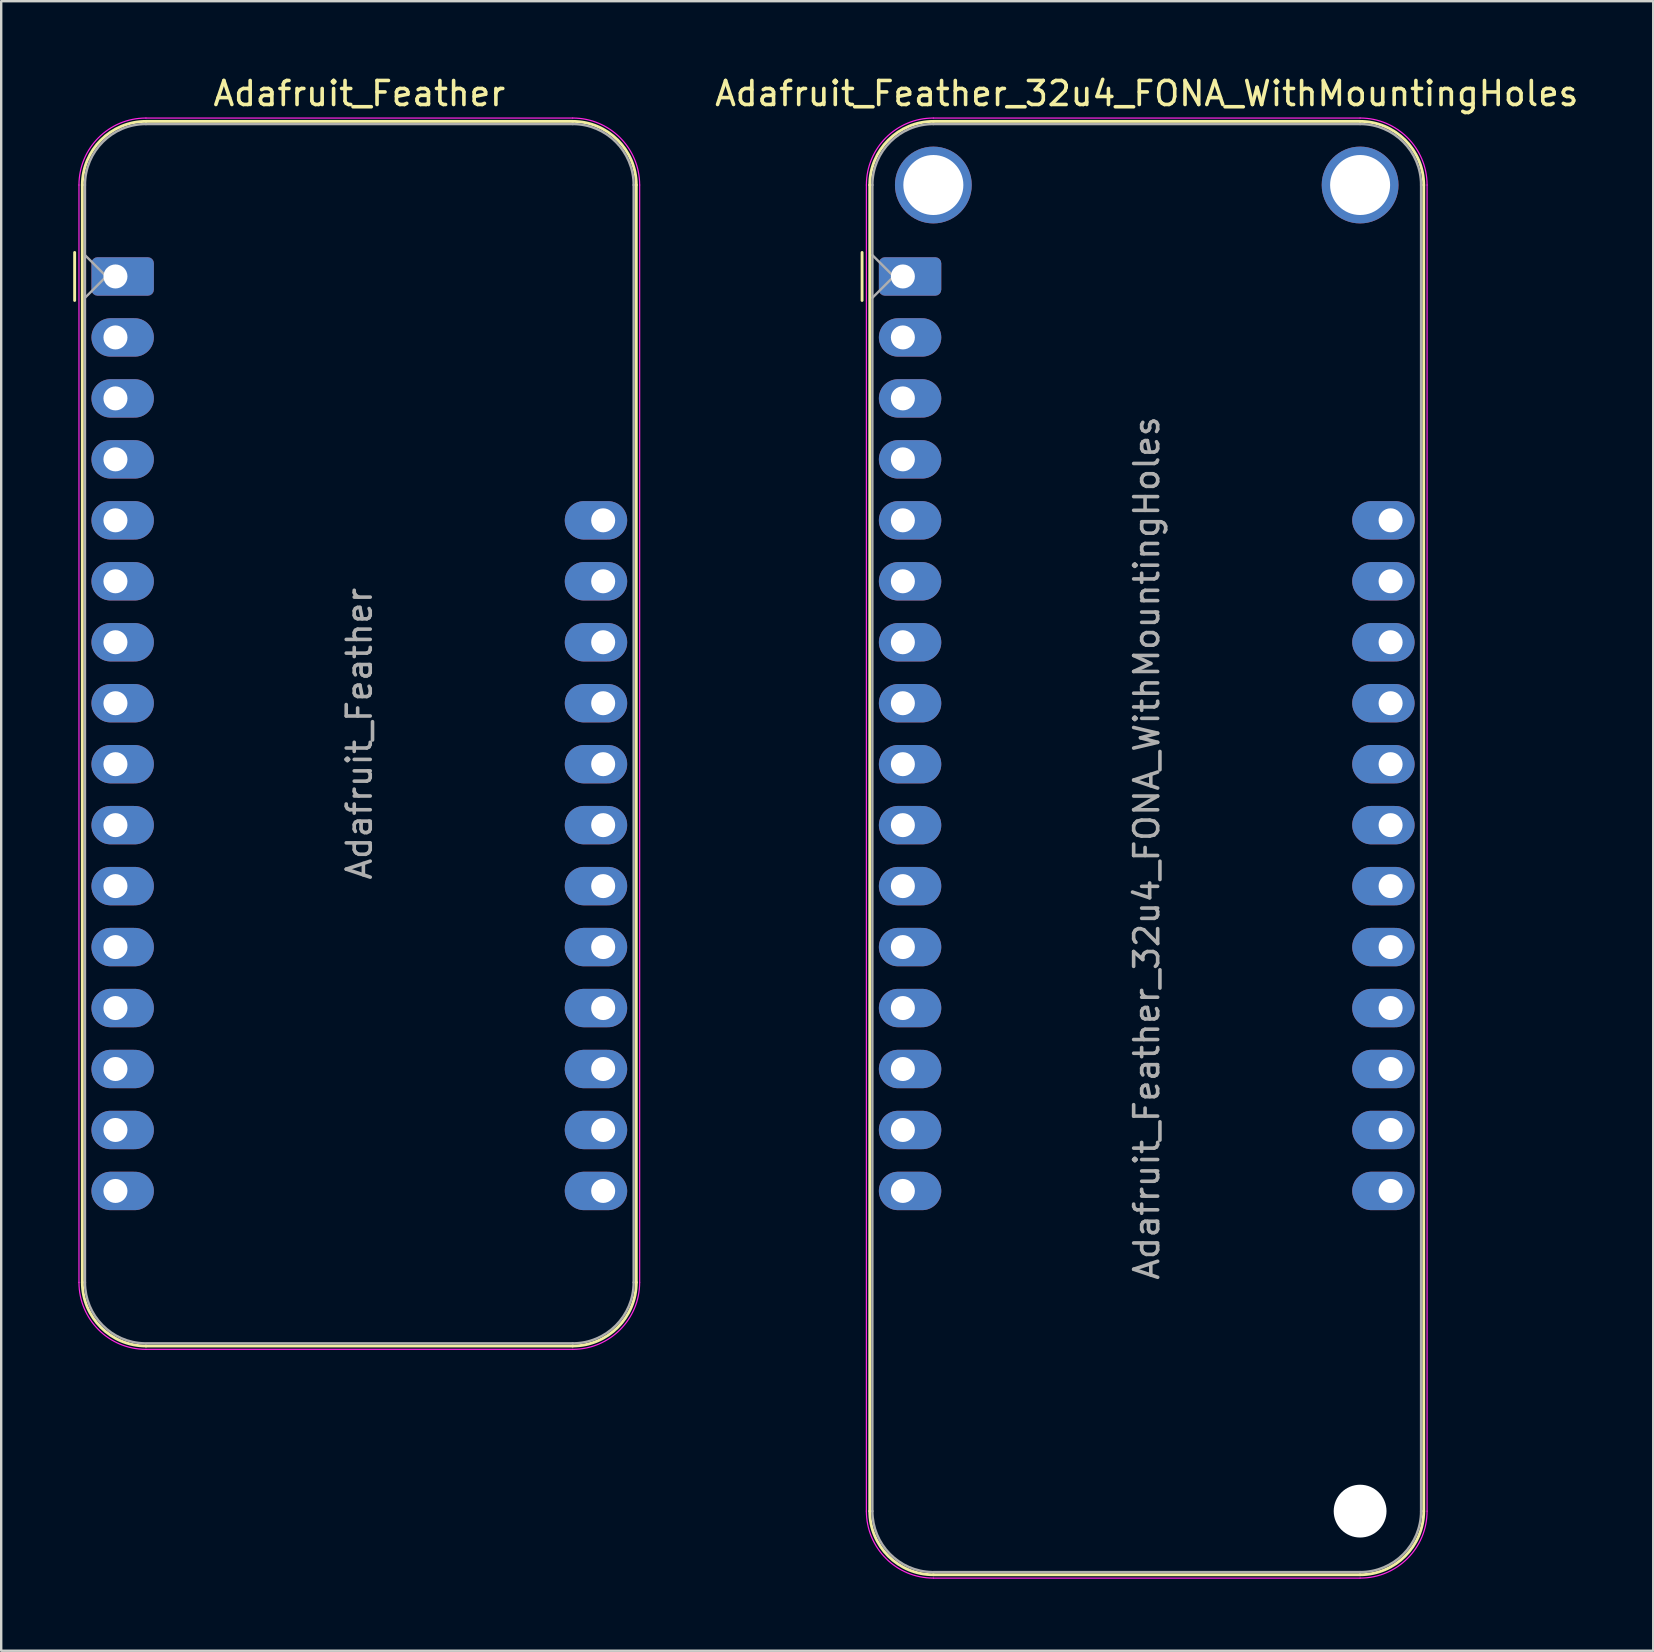
<source format=kicad_pcb>
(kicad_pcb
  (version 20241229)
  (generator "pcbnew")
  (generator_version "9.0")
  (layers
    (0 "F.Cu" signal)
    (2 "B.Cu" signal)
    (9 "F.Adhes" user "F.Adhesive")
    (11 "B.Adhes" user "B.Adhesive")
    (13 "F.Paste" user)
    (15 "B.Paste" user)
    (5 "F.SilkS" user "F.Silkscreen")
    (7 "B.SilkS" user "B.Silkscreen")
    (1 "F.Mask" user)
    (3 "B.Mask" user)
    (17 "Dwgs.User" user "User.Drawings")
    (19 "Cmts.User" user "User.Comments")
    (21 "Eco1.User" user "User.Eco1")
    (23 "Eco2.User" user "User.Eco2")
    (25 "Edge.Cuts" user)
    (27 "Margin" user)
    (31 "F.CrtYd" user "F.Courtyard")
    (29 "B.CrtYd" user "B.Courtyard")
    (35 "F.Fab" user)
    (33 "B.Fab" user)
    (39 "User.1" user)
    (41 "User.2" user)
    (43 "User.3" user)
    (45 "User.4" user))
  (footprint "Adafruit_Feather_32u4_FONA_WithMountingHoles"
    (layer "F.Cu")
    (at 34.566 8.468)
    (property "Reference" "Adafruit_Feather_32u4_FONA_WithMountingHoles" (at 10.16 -7.62 0) (layer "F.SilkS") (effects (font (size 1 1) (thickness 0.15))))
    (attr through_hole)
    (fp_line (start -1.7 1) (end -1.7 -1) (stroke (width 0.12) (type solid)) (layer "F.SilkS"))
    (fp_line (start -1.38 -3.81) (end -1.38 51.44) (stroke (width 0.12) (type solid)) (layer "F.SilkS"))
    (fp_line (start 19.05 -6.46) (end 1.27 -6.46) (stroke (width 0.12) (type solid)) (layer "F.SilkS"))
    (fp_line (start 19.05 54.09) (end 1.27 54.09) (stroke (width 0.12) (type solid)) (layer "F.SilkS"))
    (fp_line (start 21.7 -3.81) (end 21.7 51.44) (stroke (width 0.12) (type solid)) (layer "F.SilkS"))
    (fp_arc (start -1.38 -3.81) (mid -0.603833 -5.683833) (end 1.27 -6.46) (stroke (width 0.12) (type solid)) (layer "F.SilkS"))
    (fp_arc (start 1.27 54.09) (mid -0.603833 53.313833) (end -1.38 51.44) (stroke (width 0.12) (type solid)) (layer "F.SilkS"))
    (fp_arc (start 19.05 -6.46) (mid 20.923833 -5.683833) (end 21.7 -3.81) (stroke (width 0.12) (type solid)) (layer "F.SilkS"))
    (fp_arc (start 21.7 51.44) (mid 20.923833 53.313833) (end 19.05 54.09) (stroke (width 0.12) (type solid)) (layer "F.SilkS"))
    (fp_line (start -1.52 51.44) (end -1.52 -3.81) (stroke (width 0.05) (type solid)) (layer "F.CrtYd"))
    (fp_line (start 19.05 -6.6) (end 1.27 -6.6) (stroke (width 0.05) (type solid)) (layer "F.CrtYd"))
    (fp_line (start 19.05 54.23) (end 1.27 54.23) (stroke (width 0.05) (type solid)) (layer "F.CrtYd"))
    (fp_line (start 21.84 51.44) (end 21.84 -3.81) (stroke (width 0.05) (type solid)) (layer "F.CrtYd"))
    (fp_arc (start -1.52 -3.81) (mid -0.702828 -5.782828) (end 1.27 -6.6) (stroke (width 0.05) (type solid)) (layer "F.CrtYd"))
    (fp_arc (start 1.27 54.23) (mid -0.702828 53.412828) (end -1.52 51.44) (stroke (width 0.05) (type solid)) (layer "F.CrtYd"))
    (fp_arc (start 19.05 -6.6) (mid 21.022828 -5.782828) (end 21.84 -3.81) (stroke (width 0.05) (type solid)) (layer "F.CrtYd"))
    (fp_arc (start 21.84 51.44) (mid 21.022828 53.412828) (end 19.05 54.23) (stroke (width 0.05) (type solid)) (layer "F.CrtYd"))
    (fp_line (start -1.27 -3.81) (end -1.27 51.44) (stroke (width 0.1) (type solid)) (layer "F.Fab"))
    (fp_line (start -1.27 -0.889) (end -0.381 0) (stroke (width 0.1) (type solid)) (layer "F.Fab"))
    (fp_line (start -0.381 0) (end -1.27 0.889) (stroke (width 0.1) (type solid)) (layer "F.Fab"))
    (fp_line (start 1.27 53.98) (end 19.05 53.98) (stroke (width 0.1) (type solid)) (layer "F.Fab"))
    (fp_line (start 19.05 -6.35) (end 1.27 -6.35) (stroke (width 0.1) (type solid)) (layer "F.Fab"))
    (fp_line (start 21.59 51.44) (end 21.59 -3.81) (stroke (width 0.1) (type solid)) (layer "F.Fab"))
    (fp_arc (start -1.27 -3.81) (mid -0.526051 -5.606051) (end 1.27 -6.35) (stroke (width 0.1) (type solid)) (layer "F.Fab"))
    (fp_arc (start 1.221238 53.979532) (mid -0.543209 53.218728) (end -1.27 51.44) (stroke (width 0.1) (type solid)) (layer "F.Fab"))
    (fp_arc (start 19.05 -6.35) (mid 20.846051 -5.606051) (end 21.59 -3.81) (stroke (width 0.1) (type solid)) (layer "F.Fab"))
    (fp_arc (start 21.59 51.44) (mid 20.846051 53.236051) (end 19.05 53.98) (stroke (width 0.1) (type solid)) (layer "F.Fab"))
    (fp_text user "${REFERENCE}" (at 10.16 23.815 270) (layer "F.Fab") (effects (font (size 1 1) (thickness 0.15))))
    (pad "" np_thru_hole circle (at 1.27 -3.81 270) (size 3.2 3.2) (drill 2.5) (layers "*.Cu" "*.Mask"))
    (pad "" np_thru_hole circle (at 19.05 -3.81 270) (size 3.2 3.2) (drill 2.5) (layers "*.Cu" "*.Mask"))
    (pad "" np_thru_hole circle (at 19.05 51.44 270) (size 2.2 2.2) (drill 2.2) (layers "*.Cu" "*.Mask"))
    (pad "1" thru_hole roundrect (at 0 0) (size 2.6 1.6) (drill 1 (offset 0.3 0)) (layers "*.Cu" "*.Mask") (roundrect_rratio 0.156))
    (pad "2" thru_hole oval (at 0 2.54) (size 2.6 1.6) (drill 1 (offset 0.3 0)) (layers "*.Cu" "*.Mask"))
    (pad "3" thru_hole oval (at 0 5.08) (size 2.6 1.6) (drill 1 (offset 0.3 0)) (layers "*.Cu" "*.Mask"))
    (pad "4" thru_hole oval (at 0 7.62) (size 2.6 1.6) (drill 1 (offset 0.3 0)) (layers "*.Cu" "*.Mask"))
    (pad "5" thru_hole oval (at 0 10.16) (size 2.6 1.6) (drill 1 (offset 0.3 0)) (layers "*.Cu" "*.Mask"))
    (pad "6" thru_hole oval (at 0 12.7) (size 2.6 1.6) (drill 1 (offset 0.3 0)) (layers "*.Cu" "*.Mask"))
    (pad "7" thru_hole oval (at 0 15.24) (size 2.6 1.6) (drill 1 (offset 0.3 0)) (layers "*.Cu" "*.Mask"))
    (pad "8" thru_hole oval (at 0 17.78) (size 2.6 1.6) (drill 1 (offset 0.3 0)) (layers "*.Cu" "*.Mask"))
    (pad "9" thru_hole oval (at 0 20.32) (size 2.6 1.6) (drill 1 (offset 0.3 0)) (layers "*.Cu" "*.Mask"))
    (pad "10" thru_hole oval (at 0 22.86) (size 2.6 1.6) (drill 1 (offset 0.3 0)) (layers "*.Cu" "*.Mask"))
    (pad "11" thru_hole oval (at 0 25.4) (size 2.6 1.6) (drill 1 (offset 0.3 0)) (layers "*.Cu" "*.Mask"))
    (pad "12" thru_hole oval (at 0 27.94) (size 2.6 1.6) (drill 1 (offset 0.3 0)) (layers "*.Cu" "*.Mask"))
    (pad "13" thru_hole oval (at 0 30.48) (size 2.6 1.6) (drill 1 (offset 0.3 0)) (layers "*.Cu" "*.Mask"))
    (pad "14" thru_hole oval (at 0 33.02) (size 2.6 1.6) (drill 1 (offset 0.3 0)) (layers "*.Cu" "*.Mask"))
    (pad "15" thru_hole oval (at 0 35.56) (size 2.6 1.6) (drill 1 (offset 0.3 0)) (layers "*.Cu" "*.Mask"))
    (pad "16" thru_hole oval (at 0 38.1) (size 2.6 1.6) (drill 1 (offset 0.3 0)) (layers "*.Cu" "*.Mask"))
    (pad "17" thru_hole oval (at 20.32 38.1 180) (size 2.6 1.6) (drill 1 (offset 0.3 0)) (layers "*.Cu" "*.Mask"))
    (pad "18" thru_hole oval (at 20.32 35.56 180) (size 2.6 1.6) (drill 1 (offset 0.3 0)) (layers "*.Cu" "*.Mask"))
    (pad "19" thru_hole oval (at 20.32 33.02 180) (size 2.6 1.6) (drill 1 (offset 0.3 0)) (layers "*.Cu" "*.Mask"))
    (pad "20" thru_hole oval (at 20.32 30.48 180) (size 2.6 1.6) (drill 1 (offset 0.3 0)) (layers "*.Cu" "*.Mask"))
    (pad "21" thru_hole oval (at 20.32 27.94 180) (size 2.6 1.6) (drill 1 (offset 0.3 0)) (layers "*.Cu" "*.Mask"))
    (pad "22" thru_hole oval (at 20.32 25.4 180) (size 2.6 1.6) (drill 1 (offset 0.3 0)) (layers "*.Cu" "*.Mask"))
    (pad "23" thru_hole oval (at 20.32 22.86 180) (size 2.6 1.6) (drill 1 (offset 0.3 0)) (layers "*.Cu" "*.Mask"))
    (pad "24" thru_hole oval (at 20.32 20.32 180) (size 2.6 1.6) (drill 1 (offset 0.3 0)) (layers "*.Cu" "*.Mask"))
    (pad "25" thru_hole oval (at 20.32 17.78 180) (size 2.6 1.6) (drill 1 (offset 0.3 0)) (layers "*.Cu" "*.Mask"))
    (pad "26" thru_hole oval (at 20.32 15.24 180) (size 2.6 1.6) (drill 1 (offset 0.3 0)) (layers "*.Cu" "*.Mask"))
    (pad "27" thru_hole oval (at 20.32 12.7 180) (size 2.6 1.6) (drill 1 (offset 0.3 0)) (layers "*.Cu" "*.Mask"))
    (pad "28" thru_hole oval (at 20.32 10.16 180) (size 2.6 1.6) (drill 1 (offset 0.3 0)) (layers "*.Cu" "*.Mask")))
  (footprint "Adafruit_Feather"
    (layer "F.Cu")
    (at 1.76 8.468)
    (property "Reference" "Adafruit_Feather" (at 10.16 -7.62 0) (layer "F.SilkS") (effects (font (size 1 1) (thickness 0.15))))
    (attr through_hole)
    (fp_line (start -1.7 1) (end -1.7 -1) (stroke (width 0.12) (type solid)) (layer "F.SilkS"))
    (fp_line (start -1.38 -3.81) (end -1.38 41.91) (stroke (width 0.12) (type solid)) (layer "F.SilkS"))
    (fp_line (start 19.05 -6.46) (end 1.27 -6.46) (stroke (width 0.12) (type solid)) (layer "F.SilkS"))
    (fp_line (start 19.05 44.56) (end 1.27 44.56) (stroke (width 0.12) (type solid)) (layer "F.SilkS"))
    (fp_line (start 21.7 -3.81) (end 21.7 41.91) (stroke (width 0.12) (type solid)) (layer "F.SilkS"))
    (fp_arc (start -1.38 -3.81) (mid -0.603833 -5.683833) (end 1.27 -6.46) (stroke (width 0.12) (type solid)) (layer "F.SilkS"))
    (fp_arc (start 1.27 44.56) (mid -0.603833 43.783833) (end -1.38 41.91) (stroke (width 0.12) (type solid)) (layer "F.SilkS"))
    (fp_arc (start 19.05 -6.46) (mid 20.923833 -5.683833) (end 21.7 -3.81) (stroke (width 0.12) (type solid)) (layer "F.SilkS"))
    (fp_arc (start 21.7 41.91) (mid 20.923833 43.783833) (end 19.05 44.56) (stroke (width 0.12) (type solid)) (layer "F.SilkS"))
    (fp_line (start -1.52 41.91) (end -1.52 -3.81) (stroke (width 0.05) (type solid)) (layer "F.CrtYd"))
    (fp_line (start 19.05 -6.6) (end 1.27 -6.6) (stroke (width 0.05) (type solid)) (layer "F.CrtYd"))
    (fp_line (start 19.05 44.7) (end 1.27 44.7) (stroke (width 0.05) (type solid)) (layer "F.CrtYd"))
    (fp_line (start 21.84 41.91) (end 21.84 -3.81) (stroke (width 0.05) (type solid)) (layer "F.CrtYd"))
    (fp_arc (start -1.52 -3.81) (mid -0.702828 -5.782828) (end 1.27 -6.6) (stroke (width 0.05) (type solid)) (layer "F.CrtYd"))
    (fp_arc (start 1.27 44.7) (mid -0.702828 43.882828) (end -1.52 41.91) (stroke (width 0.05) (type solid)) (layer "F.CrtYd"))
    (fp_arc (start 19.05 -6.6) (mid 21.022828 -5.782828) (end 21.84 -3.81) (stroke (width 0.05) (type solid)) (layer "F.CrtYd"))
    (fp_arc (start 21.84 41.91) (mid 21.022828 43.882828) (end 19.05 44.7) (stroke (width 0.05) (type solid)) (layer "F.CrtYd"))
    (fp_line (start -1.27 -3.81) (end -1.27 41.91) (stroke (width 0.1) (type solid)) (layer "F.Fab"))
    (fp_line (start -1.27 -0.889) (end -0.381 0) (stroke (width 0.1) (type solid)) (layer "F.Fab"))
    (fp_line (start -0.381 0) (end -1.27 0.889) (stroke (width 0.1) (type solid)) (layer "F.Fab"))
    (fp_line (start 1.27 44.45) (end 19.05 44.45) (stroke (width 0.1) (type solid)) (layer "F.Fab"))
    (fp_line (start 19.05 -6.35) (end 1.27 -6.35) (stroke (width 0.1) (type solid)) (layer "F.Fab"))
    (fp_line (start 21.59 41.91) (end 21.59 -3.81) (stroke (width 0.1) (type solid)) (layer "F.Fab"))
    (fp_arc (start -1.27 -3.81) (mid -0.526051 -5.606051) (end 1.27 -6.35) (stroke (width 0.1) (type solid)) (layer "F.Fab"))
    (fp_arc (start 1.221238 44.449532) (mid -0.543209 43.688728) (end -1.27 41.91) (stroke (width 0.1) (type solid)) (layer "F.Fab"))
    (fp_arc (start 19.05 -6.35) (mid 20.846051 -5.606051) (end 21.59 -3.81) (stroke (width 0.1) (type solid)) (layer "F.Fab"))
    (fp_arc (start 21.59 41.91) (mid 20.846051 43.706051) (end 19.05 44.45) (stroke (width 0.1) (type solid)) (layer "F.Fab"))
    (fp_text user "${REFERENCE}" (at 10.16 19.05 270) (layer "F.Fab") (effects (font (size 1 1) (thickness 0.15))))
    (pad "1" thru_hole roundrect (at 0 0) (size 2.6 1.6) (drill 1 (offset 0.3 0)) (layers "*.Cu" "*.Mask") (roundrect_rratio 0.156))
    (pad "2" thru_hole oval (at 0 2.54) (size 2.6 1.6) (drill 1 (offset 0.3 0)) (layers "*.Cu" "*.Mask"))
    (pad "3" thru_hole oval (at 0 5.08) (size 2.6 1.6) (drill 1 (offset 0.3 0)) (layers "*.Cu" "*.Mask"))
    (pad "4" thru_hole oval (at 0 7.62) (size 2.6 1.6) (drill 1 (offset 0.3 0)) (layers "*.Cu" "*.Mask"))
    (pad "5" thru_hole oval (at 0 10.16) (size 2.6 1.6) (drill 1 (offset 0.3 0)) (layers "*.Cu" "*.Mask"))
    (pad "6" thru_hole oval (at 0 12.7) (size 2.6 1.6) (drill 1 (offset 0.3 0)) (layers "*.Cu" "*.Mask"))
    (pad "7" thru_hole oval (at 0 15.24) (size 2.6 1.6) (drill 1 (offset 0.3 0)) (layers "*.Cu" "*.Mask"))
    (pad "8" thru_hole oval (at 0 17.78) (size 2.6 1.6) (drill 1 (offset 0.3 0)) (layers "*.Cu" "*.Mask"))
    (pad "9" thru_hole oval (at 0 20.32) (size 2.6 1.6) (drill 1 (offset 0.3 0)) (layers "*.Cu" "*.Mask"))
    (pad "10" thru_hole oval (at 0 22.86) (size 2.6 1.6) (drill 1 (offset 0.3 0)) (layers "*.Cu" "*.Mask"))
    (pad "11" thru_hole oval (at 0 25.4) (size 2.6 1.6) (drill 1 (offset 0.3 0)) (layers "*.Cu" "*.Mask"))
    (pad "12" thru_hole oval (at 0 27.94) (size 2.6 1.6) (drill 1 (offset 0.3 0)) (layers "*.Cu" "*.Mask"))
    (pad "13" thru_hole oval (at 0 30.48) (size 2.6 1.6) (drill 1 (offset 0.3 0)) (layers "*.Cu" "*.Mask"))
    (pad "14" thru_hole oval (at 0 33.02) (size 2.6 1.6) (drill 1 (offset 0.3 0)) (layers "*.Cu" "*.Mask"))
    (pad "15" thru_hole oval (at 0 35.56) (size 2.6 1.6) (drill 1 (offset 0.3 0)) (layers "*.Cu" "*.Mask"))
    (pad "16" thru_hole oval (at 0 38.1) (size 2.6 1.6) (drill 1 (offset 0.3 0)) (layers "*.Cu" "*.Mask"))
    (pad "17" thru_hole oval (at 20.32 38.1 180) (size 2.6 1.6) (drill 1 (offset 0.3 0)) (layers "*.Cu" "*.Mask"))
    (pad "18" thru_hole oval (at 20.32 35.56 180) (size 2.6 1.6) (drill 1 (offset 0.3 0)) (layers "*.Cu" "*.Mask"))
    (pad "19" thru_hole oval (at 20.32 33.02 180) (size 2.6 1.6) (drill 1 (offset 0.3 0)) (layers "*.Cu" "*.Mask"))
    (pad "20" thru_hole oval (at 20.32 30.48 180) (size 2.6 1.6) (drill 1 (offset 0.3 0)) (layers "*.Cu" "*.Mask"))
    (pad "21" thru_hole oval (at 20.32 27.94 180) (size 2.6 1.6) (drill 1 (offset 0.3 0)) (layers "*.Cu" "*.Mask"))
    (pad "22" thru_hole oval (at 20.32 25.4 180) (size 2.6 1.6) (drill 1 (offset 0.3 0)) (layers "*.Cu" "*.Mask"))
    (pad "23" thru_hole oval (at 20.32 22.86 180) (size 2.6 1.6) (drill 1 (offset 0.3 0)) (layers "*.Cu" "*.Mask"))
    (pad "24" thru_hole oval (at 20.32 20.32 180) (size 2.6 1.6) (drill 1 (offset 0.3 0)) (layers "*.Cu" "*.Mask"))
    (pad "25" thru_hole oval (at 20.32 17.78 180) (size 2.6 1.6) (drill 1 (offset 0.3 0)) (layers "*.Cu" "*.Mask"))
    (pad "26" thru_hole oval (at 20.32 15.24 180) (size 2.6 1.6) (drill 1 (offset 0.3 0)) (layers "*.Cu" "*.Mask"))
    (pad "27" thru_hole oval (at 20.32 12.7 180) (size 2.6 1.6) (drill 1 (offset 0.3 0)) (layers "*.Cu" "*.Mask"))
    (pad "28" thru_hole oval (at 20.32 10.16 180) (size 2.6 1.6) (drill 1 (offset 0.3 0)) (layers "*.Cu" "*.Mask")))
  (gr_rect
    (start -3 -3)
    (end 65.827 65.723)
    (stroke (width 0.1) (type default))
    (fill no)
    (layer "Edge.Cuts")))
</source>
